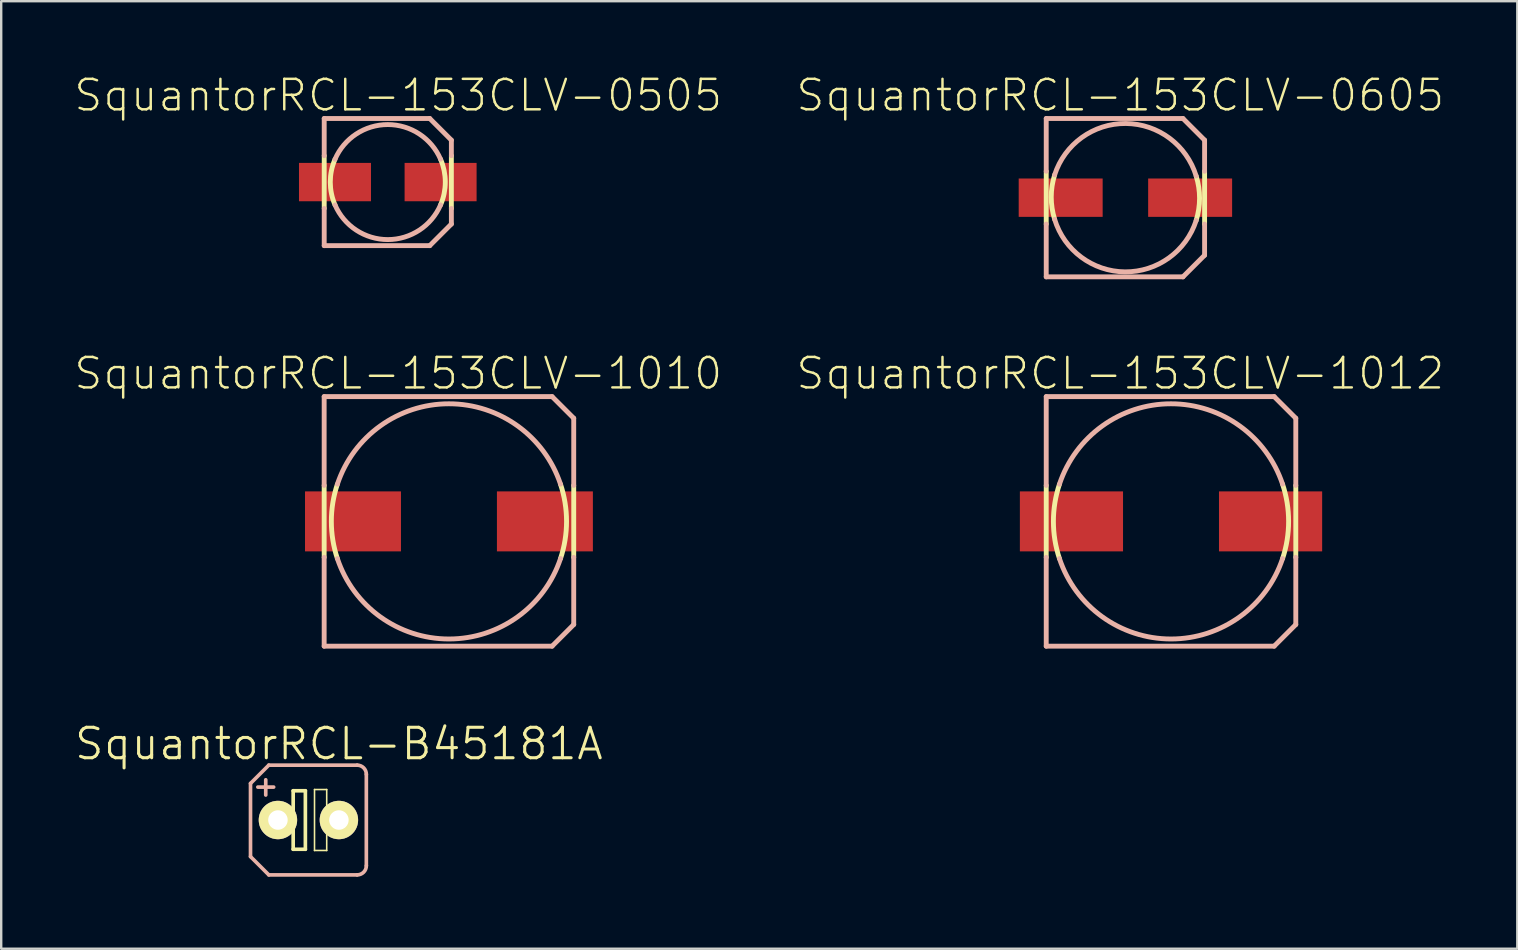
<source format=kicad_pcb>
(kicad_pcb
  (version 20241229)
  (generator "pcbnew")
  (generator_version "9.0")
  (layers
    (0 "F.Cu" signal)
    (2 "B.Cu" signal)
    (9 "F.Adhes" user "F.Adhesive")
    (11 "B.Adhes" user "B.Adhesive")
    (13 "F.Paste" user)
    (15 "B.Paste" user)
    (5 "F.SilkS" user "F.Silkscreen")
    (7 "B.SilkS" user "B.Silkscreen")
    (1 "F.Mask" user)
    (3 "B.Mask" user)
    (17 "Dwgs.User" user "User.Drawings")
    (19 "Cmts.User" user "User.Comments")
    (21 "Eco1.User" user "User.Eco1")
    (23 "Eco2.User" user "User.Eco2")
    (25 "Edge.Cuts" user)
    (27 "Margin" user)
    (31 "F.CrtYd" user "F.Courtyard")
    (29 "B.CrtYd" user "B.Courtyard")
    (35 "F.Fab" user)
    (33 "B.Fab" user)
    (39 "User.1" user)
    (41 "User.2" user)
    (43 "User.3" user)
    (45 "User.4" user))
  (footprint "SquantorRCL-153CLV-1012"
    (layer "F.Cu")
    (at 45.739 18.673)
    (property "Reference" "SquantorRCL-153CLV-1012" (at -2.113 -6.165 0) (layer "F.SilkS") (effects (font (size 1.27 1.27) (thickness 0.102))))
    (attr smd)
    (fp_line (start -5.199 1.499) (end -5.199 -1.499) (stroke (width 0.203) (type solid)) (layer "F.SilkS"))
    (fp_line (start 5.199 -1.499) (end 5.199 1.499) (stroke (width 0.203) (type solid)) (layer "F.SilkS"))
    (fp_arc (start -4.6482 1.5494) (mid -4.899632 0.002989) (end -4.650087 -1.543728) (stroke (width 0.2032) (type solid)) (layer "F.SilkS"))
    (fp_arc (start 4.6482 -1.5494) (mid 4.899632 -0.002989) (end 4.650087 1.543728) (stroke (width 0.2032) (type solid)) (layer "F.SilkS"))
    (fp_line (start -5.199 -5.199) (end 4.298 -5.199) (stroke (width 0.203) (type solid)) (layer "B.SilkS"))
    (fp_line (start -5.199 -1.499) (end -5.199 -5.199) (stroke (width 0.203) (type solid)) (layer "B.SilkS"))
    (fp_line (start -5.199 5.199) (end -5.199 1.499) (stroke (width 0.203) (type solid)) (layer "B.SilkS"))
    (fp_line (start 4.298 -5.199) (end 5.199 -4.298) (stroke (width 0.203) (type solid)) (layer "B.SilkS"))
    (fp_line (start 4.298 5.199) (end -5.199 5.199) (stroke (width 0.203) (type solid)) (layer "B.SilkS"))
    (fp_line (start 5.199 -4.298) (end 5.199 -1.499) (stroke (width 0.203) (type solid)) (layer "B.SilkS"))
    (fp_line (start 5.199 1.499) (end 5.199 4.298) (stroke (width 0.203) (type solid)) (layer "B.SilkS"))
    (fp_line (start 5.199 4.298) (end 4.298 5.199) (stroke (width 0.203) (type solid)) (layer "B.SilkS"))
    (fp_arc (start -4.6482 -1.5494) (mid -0.001287 -4.899633) (end 4.647385 -1.551842) (stroke (width 0.2032) (type solid)) (layer "B.SilkS"))
    (fp_arc (start 4.6482 1.5494) (mid 0.001287 4.899633) (end -4.647385 1.551842) (stroke (width 0.2032) (type solid)) (layer "B.SilkS"))
    (pad "+" smd rect (at 4.148 0) (size 4.298 2.499) (layers "F.Cu" "F.Mask" "F.Paste"))
    (pad "-" smd rect (at -4.148 0) (size 4.298 2.499) (layers "F.Cu" "F.Mask" "F.Paste")))
  (footprint "SquantorRCL-153CLV-0505"
    (layer "F.Cu")
    (at 13.107 4.536)
    (property "Reference" "SquantorRCL-153CLV-0505" (at 0.434 -3.614 0) (layer "F.SilkS") (effects (font (size 1.27 1.27) (thickness 0.102))))
    (attr smd)
    (fp_line (start -2.649 1.1) (end -2.649 -1.1) (stroke (width 0.203) (type solid)) (layer "F.SilkS"))
    (fp_line (start 2.649 -1.1) (end 2.649 1.1) (stroke (width 0.203) (type solid)) (layer "F.SilkS"))
    (fp_arc (start -2.19964 0.94996) (mid -2.396005 0.000339) (end -2.199908 -0.949338) (stroke (width 0.2032) (type solid)) (layer "F.SilkS"))
    (fp_arc (start 2.19964 -0.94996) (mid 2.396005 -0.000339) (end 2.199908 0.949338) (stroke (width 0.2032) (type solid)) (layer "F.SilkS"))
    (fp_line (start -2.649 -2.649) (end 1.748 -2.649) (stroke (width 0.203) (type solid)) (layer "B.SilkS"))
    (fp_line (start -2.649 -1.1) (end -2.649 -2.649) (stroke (width 0.203) (type solid)) (layer "B.SilkS"))
    (fp_line (start -2.649 2.649) (end -2.649 1.1) (stroke (width 0.203) (type solid)) (layer "B.SilkS"))
    (fp_line (start 1.748 -2.649) (end 2.649 -1.748) (stroke (width 0.203) (type solid)) (layer "B.SilkS"))
    (fp_line (start 1.748 2.649) (end -2.649 2.649) (stroke (width 0.203) (type solid)) (layer "B.SilkS"))
    (fp_line (start 2.649 -1.748) (end 2.649 -1.1) (stroke (width 0.203) (type solid)) (layer "B.SilkS"))
    (fp_line (start 2.649 1.1) (end 2.649 1.748) (stroke (width 0.203) (type solid)) (layer "B.SilkS"))
    (fp_line (start 2.649 1.748) (end 1.748 2.649) (stroke (width 0.203) (type solid)) (layer "B.SilkS"))
    (fp_arc (start -2.19964 -0.94996) (mid -0.001752 -2.396004) (end 2.198248 -0.953176) (stroke (width 0.2032) (type solid)) (layer "B.SilkS"))
    (fp_arc (start 2.19964 0.94996) (mid 0.001752 2.396004) (end -2.198248 0.953176) (stroke (width 0.2032) (type solid)) (layer "B.SilkS"))
    (pad "+" smd rect (at 2.2 0) (size 3 1.598) (layers "F.Cu" "F.Mask" "F.Paste"))
    (pad "-" smd rect (at -2.2 0) (size 3 1.598) (layers "F.Cu" "F.Mask" "F.Paste")))
  (footprint "SquantorRCL-153CLV-0605"
    (layer "F.Cu")
    (at 43.839 5.186)
    (property "Reference" "SquantorRCL-153CLV-0605" (at -0.213 -4.265 0) (layer "F.SilkS") (effects (font (size 1.27 1.27) (thickness 0.102))))
    (attr smd)
    (fp_line (start -3.299 1.1) (end -3.299 -1.1) (stroke (width 0.203) (type solid)) (layer "F.SilkS"))
    (fp_line (start 3.299 -1.1) (end 3.299 1.1) (stroke (width 0.203) (type solid)) (layer "F.SilkS"))
    (fp_arc (start -2.94894 0.89916) (mid -3.089719 -0.024885) (end -2.947729 -0.948744) (stroke (width 0.2032) (type solid)) (layer "F.SilkS"))
    (fp_arc (start 2.94894 -0.89916) (mid 3.089719 0.024885) (end 2.947729 0.948744) (stroke (width 0.2032) (type solid)) (layer "F.SilkS"))
    (fp_line (start -3.299 -3.299) (end 2.398 -3.299) (stroke (width 0.203) (type solid)) (layer "B.SilkS"))
    (fp_line (start -3.299 -1.1) (end -3.299 -3.299) (stroke (width 0.203) (type solid)) (layer "B.SilkS"))
    (fp_line (start -3.299 3.299) (end -3.299 1.1) (stroke (width 0.203) (type solid)) (layer "B.SilkS"))
    (fp_line (start 2.398 -3.299) (end 3.299 -2.398) (stroke (width 0.203) (type solid)) (layer "B.SilkS"))
    (fp_line (start 2.398 3.299) (end -3.299 3.299) (stroke (width 0.203) (type solid)) (layer "B.SilkS"))
    (fp_line (start 3.299 -2.398) (end 3.299 -1.1) (stroke (width 0.203) (type solid)) (layer "B.SilkS"))
    (fp_line (start 3.299 1.1) (end 3.299 2.398) (stroke (width 0.203) (type solid)) (layer "B.SilkS"))
    (fp_line (start 3.299 2.398) (end 2.398 3.299) (stroke (width 0.203) (type solid)) (layer "B.SilkS"))
    (fp_arc (start -2.94894 -0.94996) (mid 0.016598 -3.090825) (end 2.948225 -0.903753) (stroke (width 0.2032) (type solid)) (layer "B.SilkS"))
    (fp_arc (start 2.94894 0.94996) (mid -0.016598 3.090825) (end -2.948225 0.903753) (stroke (width 0.2032) (type solid)) (layer "B.SilkS"))
    (pad "+" smd rect (at 2.697 0) (size 3.498 1.598) (layers "F.Cu" "F.Mask" "F.Paste"))
    (pad "-" smd rect (at -2.697 0) (size 3.498 1.598) (layers "F.Cu" "F.Mask" "F.Paste")))
  (footprint "SquantorRCL-153CLV-1010"
    (layer "F.Cu")
    (at 15.655 18.673)
    (property "Reference" "SquantorRCL-153CLV-1010" (at -2.113 -6.165 0) (layer "F.SilkS") (effects (font (size 1.27 1.27) (thickness 0.102))))
    (attr smd)
    (fp_line (start -5.199 1.499) (end -5.199 -1.499) (stroke (width 0.203) (type solid)) (layer "F.SilkS"))
    (fp_line (start 5.199 -1.499) (end 5.199 1.499) (stroke (width 0.203) (type solid)) (layer "F.SilkS"))
    (fp_arc (start -4.6482 1.5494) (mid -4.899632 0.002989) (end -4.650087 -1.543728) (stroke (width 0.2032) (type solid)) (layer "F.SilkS"))
    (fp_arc (start 4.6482 -1.5494) (mid 4.899632 -0.002989) (end 4.650087 1.543728) (stroke (width 0.2032) (type solid)) (layer "F.SilkS"))
    (fp_line (start -5.199 -5.199) (end 4.298 -5.199) (stroke (width 0.203) (type solid)) (layer "B.SilkS"))
    (fp_line (start -5.199 -1.499) (end -5.199 -5.199) (stroke (width 0.203) (type solid)) (layer "B.SilkS"))
    (fp_line (start -5.199 5.199) (end -5.199 1.499) (stroke (width 0.203) (type solid)) (layer "B.SilkS"))
    (fp_line (start 4.298 -5.199) (end 5.199 -4.298) (stroke (width 0.203) (type solid)) (layer "B.SilkS"))
    (fp_line (start 4.298 5.199) (end -5.199 5.199) (stroke (width 0.203) (type solid)) (layer "B.SilkS"))
    (fp_line (start 5.199 -4.298) (end 5.199 -1.499) (stroke (width 0.203) (type solid)) (layer "B.SilkS"))
    (fp_line (start 5.199 1.499) (end 5.199 4.298) (stroke (width 0.203) (type solid)) (layer "B.SilkS"))
    (fp_line (start 5.199 4.298) (end 4.298 5.199) (stroke (width 0.203) (type solid)) (layer "B.SilkS"))
    (fp_arc (start -4.6482 -1.5494) (mid -0.001287 -4.899633) (end 4.647385 -1.551842) (stroke (width 0.2032) (type solid)) (layer "B.SilkS"))
    (fp_arc (start 4.6482 1.5494) (mid 0.001287 4.899633) (end -4.647385 1.551842) (stroke (width 0.2032) (type solid)) (layer "B.SilkS"))
    (pad "+" smd rect (at 3.998 0) (size 3.998 2.499) (layers "F.Cu" "F.Mask" "F.Paste"))
    (pad "-" smd rect (at -3.998 0) (size 3.998 2.499) (layers "F.Cu" "F.Mask" "F.Paste")))
  (footprint "SquantorRCL-B45181A"
    (layer "F.Cu")
    (at 9.8 31.115)
    (property "Reference" "SquantorRCL-B45181A" (at 1.27 -3.175 0) (layer "F.SilkS") (effects (font (size 1.27 1.27) (thickness 0.127))))
    (attr exclude_from_pos_files exclude_from_bom)
    (fp_line (start -1.651 0) (end -0.635 0) (stroke (width 0.152) (type solid)) (layer "F.SilkS"))
    (fp_line (start -0.635 -1.219) (end -0.635 0) (stroke (width 0.152) (type solid)) (layer "F.SilkS"))
    (fp_line (start -0.635 0) (end -0.635 1.219) (stroke (width 0.152) (type solid)) (layer "F.SilkS"))
    (fp_line (start -0.635 1.219) (end -0.127 1.219) (stroke (width 0.152) (type solid)) (layer "F.SilkS"))
    (fp_line (start -0.127 -1.219) (end -0.635 -1.219) (stroke (width 0.152) (type solid)) (layer "F.SilkS"))
    (fp_line (start -0.127 1.219) (end -0.127 -1.219) (stroke (width 0.152) (type solid)) (layer "F.SilkS"))
    (fp_line (start 0.254 -1.27) (end 0.762 -1.27) (stroke (width 0.066) (type solid)) (layer "F.SilkS"))
    (fp_line (start 0.254 1.27) (end 0.254 -1.27) (stroke (width 0.066) (type solid)) (layer "F.SilkS"))
    (fp_line (start 0.254 1.27) (end 0.762 1.27) (stroke (width 0.066) (type solid)) (layer "F.SilkS"))
    (fp_line (start 0.635 0) (end 1.651 0) (stroke (width 0.152) (type solid)) (layer "F.SilkS"))
    (fp_line (start 0.762 1.27) (end 0.762 -1.27) (stroke (width 0.066) (type solid)) (layer "F.SilkS"))
    (fp_line (start -2.413 -1.524) (end -2.413 1.524) (stroke (width 0.152) (type solid)) (layer "B.SilkS"))
    (fp_line (start -2.413 -1.524) (end -1.651 -2.286) (stroke (width 0.152) (type solid)) (layer "B.SilkS"))
    (fp_line (start -1.778 -1.676) (end -1.778 -1.041) (stroke (width 0.152) (type solid)) (layer "B.SilkS"))
    (fp_line (start -1.651 2.286) (end -2.413 1.524) (stroke (width 0.152) (type solid)) (layer "B.SilkS"))
    (fp_line (start -1.651 2.286) (end 2.032 2.286) (stroke (width 0.152) (type solid)) (layer "B.SilkS"))
    (fp_line (start -1.448 -1.372) (end -2.108 -1.372) (stroke (width 0.152) (type solid)) (layer "B.SilkS"))
    (fp_line (start 2.032 -2.286) (end -1.651 -2.286) (stroke (width 0.152) (type solid)) (layer "B.SilkS"))
    (fp_line (start 2.413 -1.905) (end 2.413 1.905) (stroke (width 0.152) (type solid)) (layer "B.SilkS"))
    (fp_arc (start 2.032 -2.286) (mid 2.301408 -2.174408) (end 2.413 -1.905) (stroke (width 0.1524) (type solid)) (layer "B.SilkS"))
    (fp_arc (start 2.413 1.905) (mid 2.301408 2.174408) (end 2.032 2.286) (stroke (width 0.1524) (type solid)) (layer "B.SilkS"))
    (pad "+" thru_hole circle (at -1.27 0) (size 1.6 1.6) (drill 0.813) (layers "*.Cu" "F.Mask" "F.SilkS" "F.Paste"))
    (pad "-" thru_hole circle (at 1.27 0) (size 1.6 1.6) (drill 0.813) (layers "*.Cu" "F.Mask" "F.SilkS" "F.Paste")))
  (gr_rect
    (start -3 -3)
    (end 60.167 36.477)
    (stroke (width 0.1) (type default))
    (fill no)
    (layer "Edge.Cuts")))
</source>
